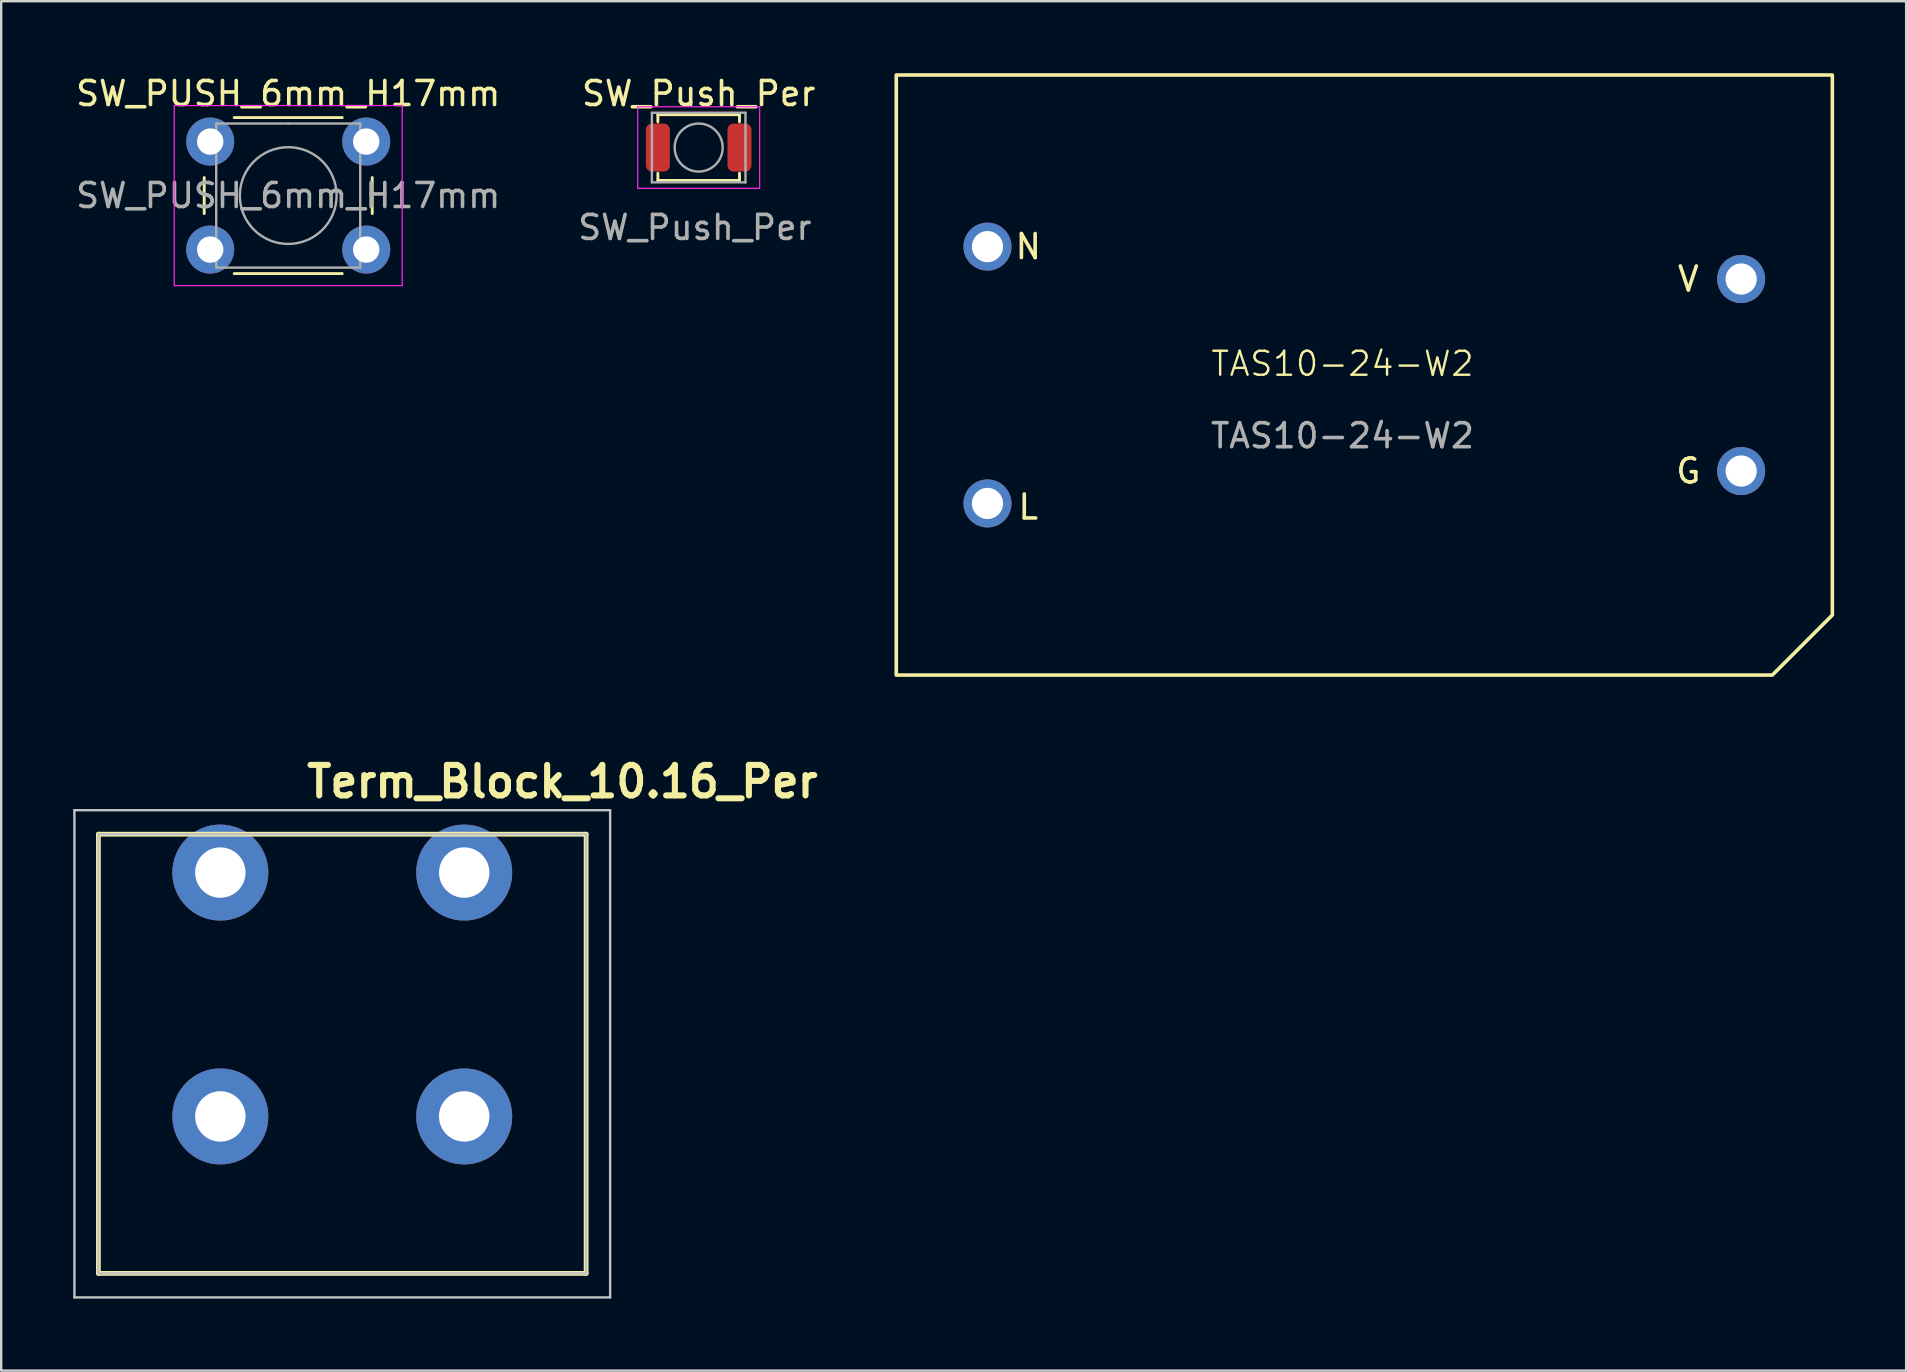
<source format=kicad_pcb>
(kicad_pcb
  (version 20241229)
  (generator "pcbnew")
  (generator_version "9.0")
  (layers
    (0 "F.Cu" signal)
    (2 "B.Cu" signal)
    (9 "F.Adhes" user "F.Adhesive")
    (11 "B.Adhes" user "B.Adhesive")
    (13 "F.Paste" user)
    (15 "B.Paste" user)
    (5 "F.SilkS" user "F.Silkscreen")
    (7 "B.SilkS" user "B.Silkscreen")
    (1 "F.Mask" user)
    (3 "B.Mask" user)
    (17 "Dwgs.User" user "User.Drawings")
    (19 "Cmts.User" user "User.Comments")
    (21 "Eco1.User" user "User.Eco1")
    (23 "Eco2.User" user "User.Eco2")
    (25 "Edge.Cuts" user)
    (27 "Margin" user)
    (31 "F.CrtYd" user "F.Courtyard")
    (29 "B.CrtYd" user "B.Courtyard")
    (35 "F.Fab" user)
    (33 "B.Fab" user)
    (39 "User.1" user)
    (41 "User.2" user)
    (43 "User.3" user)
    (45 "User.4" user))
  (footprint "Term_Block_10.16_Per"
    (layer "F.Cu")
    (at 6.13 43.464)
    (property "Reference" "Term_Block_10.16_Per" (at 14.25 -13.95 0) (unlocked yes) (layer "F.SilkS") (effects (font (size 1.27 1.27) (thickness 0.254))))
    (attr through_hole exclude_from_pos_files)
    (fp_line (start -5.08 -11.76) (end -5.08 6.54) (stroke (width 0.2) (type solid)) (layer "F.SilkS"))
    (fp_line (start -5.08 6.54) (end 15.24 6.54) (stroke (width 0.2) (type solid)) (layer "F.SilkS"))
    (fp_line (start 15.24 -11.76) (end -5.08 -11.76) (stroke (width 0.2) (type solid)) (layer "F.SilkS"))
    (fp_line (start 15.24 6.54) (end 15.24 -11.76) (stroke (width 0.2) (type solid)) (layer "F.SilkS"))
    (fp_line (start -6.08 -12.76) (end 16.24 -12.76) (stroke (width 0.1) (type solid)) (layer "Dwgs.User"))
    (fp_line (start -6.08 7.54) (end -6.08 -12.76) (stroke (width 0.1) (type solid)) (layer "Dwgs.User"))
    (fp_line (start -5.08 -11.76) (end -5.08 6.54) (stroke (width 0.1) (type solid)) (layer "Dwgs.User"))
    (fp_line (start -5.08 6.54) (end 15.24 6.54) (stroke (width 0.1) (type solid)) (layer "Dwgs.User"))
    (fp_line (start 15.24 -11.76) (end -5.08 -11.76) (stroke (width 0.1) (type solid)) (layer "Dwgs.User"))
    (fp_line (start 15.24 6.54) (end 15.24 -11.76) (stroke (width 0.1) (type solid)) (layer "Dwgs.User"))
    (fp_line (start 16.24 -12.76) (end 16.24 7.54) (stroke (width 0.1) (type solid)) (layer "Dwgs.User"))
    (fp_line (start 16.24 7.54) (end -6.08 7.54) (stroke (width 0.1) (type solid)) (layer "Dwgs.User"))
    (pad "1" thru_hole circle (at 0 -10.16 90) (size 4 4) (drill 2.1) (layers "*.Cu" "*.Mask"))
    (pad "1" thru_hole circle (at 0 0 90) (size 4 4) (drill 2.1) (layers "*.Cu" "*.Mask"))
    (pad "2" thru_hole circle (at 10.16 -10.16 90) (size 4 4) (drill 2.1) (layers "*.Cu" "*.Mask"))
    (pad "2" thru_hole circle (at 10.16 0 90) (size 4 4) (drill 2.1) (layers "*.Cu" "*.Mask")))
  (footprint "TAS10-24-W2"
    (layer "F.Cu")
    (at 34.291 25.075)
    (property "Reference" "TAS10-24-W2" (at 18.59 -12.97 0) (unlocked yes) (layer "F.SilkS") (effects (font (size 1 1) (thickness 0.1))))
    (attr through_hole)
    (fp_poly (pts (xy 0 0) (xy 0 -25) (xy 39 -25) (xy 39 -2.5) (xy 36.5 0)) (stroke (width 0.15) (type solid)) (fill no) (layer "F.SilkS"))
    (fp_circle (center 3.8 -17.85) (end 4.8 -17.85) (stroke (width 0.15) (type default)) (fill no) (layer "User.4"))
    (fp_circle (center 3.8 -7.15) (end 4.8 -7.15) (stroke (width 0.15) (type default)) (fill no) (layer "User.4"))
    (fp_circle (center 35.2 -16.5) (end 36.2 -16.5) (stroke (width 0.15) (type default)) (fill no) (layer "User.4"))
    (fp_circle (center 35.2 -8.5) (end 36.2 -8.5) (stroke (width 0.15) (type default)) (fill no) (layer "User.4"))
    (fp_text user "V" (at 33 -16.5 0) (unlocked yes) (layer "F.SilkS") (effects (font (size 1 1) (thickness 0.15))))
    (fp_text user "G" (at 33 -8.5 0) (unlocked yes) (layer "F.SilkS") (effects (font (size 1 1) (thickness 0.15))))
    (fp_text user "L" (at 5.5 -7 0) (unlocked yes) (layer "F.SilkS") (effects (font (size 1 1) (thickness 0.15))))
    (fp_text user "N" (at 5.5 -17.85 0) (unlocked yes) (layer "F.SilkS") (effects (font (size 1 1) (thickness 0.15))))
    (fp_text user "${REFERENCE}" (at 18.59 -9.97 0) (unlocked yes) (layer "F.Fab") (effects (font (size 1 1) (thickness 0.15))))
    (pad "1" thru_hole circle (at 3.8 -17.85) (size 2 2) (drill 1.3) (layers "*.Cu" "*.Mask"))
    (pad "2" thru_hole circle (at 3.8 -7.15) (size 2 2) (drill 1.3) (layers "*.Cu" "*.Mask"))
    (pad "4" thru_hole circle (at 35.2 -8.5) (size 2 2) (drill 1.3) (layers "*.Cu" "*.Mask"))
    (pad "6" thru_hole circle (at 35.2 -16.5) (size 2 2) (drill 1.3) (layers "*.Cu" "*.Mask")))
  (footprint "SW_Push_Per"
    (layer "F.Cu")
    (at 26.059 3.098)
    (property "Reference" "SW_Push_Per" (at 0 -2.25 0) (layer "F.SilkS") (effects (font (size 1 1) (thickness 0.15))))
    (attr smd)
    (fp_line (start -1.7 -1.37) (end 1.7 -1.37) (stroke (width 0.12) (type solid)) (layer "F.SilkS"))
    (fp_line (start -1.7 -1.07) (end -1.7 -1.37) (stroke (width 0.12) (type solid)) (layer "F.SilkS"))
    (fp_line (start -1.7 1.37) (end -1.7 1.07) (stroke (width 0.12) (type solid)) (layer "F.SilkS"))
    (fp_line (start 1.7 -1.37) (end 1.7 -1.07) (stroke (width 0.12) (type solid)) (layer "F.SilkS"))
    (fp_line (start 1.7 1.07) (end 1.7 1.37) (stroke (width 0.12) (type solid)) (layer "F.SilkS"))
    (fp_line (start 1.7 1.37) (end -1.7 1.37) (stroke (width 0.12) (type solid)) (layer "F.SilkS"))
    (fp_line (start -2.54 -1.7) (end 2.54 -1.7) (stroke (width 0.05) (type solid)) (layer "F.CrtYd"))
    (fp_line (start -2.54 1.7) (end -2.54 -1.7) (stroke (width 0.05) (type solid)) (layer "F.CrtYd"))
    (fp_line (start 2.54 -1.7) (end 2.54 1.7) (stroke (width 0.05) (type solid)) (layer "F.CrtYd"))
    (fp_line (start 2.54 1.7) (end -2.54 1.7) (stroke (width 0.05) (type solid)) (layer "F.CrtYd"))
    (fp_line (start -1.95 -1.45) (end 1.95 -1.45) (stroke (width 0.1) (type solid)) (layer "F.Fab"))
    (fp_line (start -1.95 1.45) (end -1.95 -1.45) (stroke (width 0.1) (type solid)) (layer "F.Fab"))
    (fp_line (start 1.95 -1.45) (end 1.95 1.45) (stroke (width 0.1) (type solid)) (layer "F.Fab"))
    (fp_line (start 1.95 1.45) (end -1.95 1.45) (stroke (width 0.1) (type solid)) (layer "F.Fab"))
    (fp_circle (center 0 0) (end 1 0) (stroke (width 0.1) (type solid)) (fill no) (layer "F.Fab"))
    (fp_text user "${REFERENCE}" (at -0.16 3.33 0) (layer "F.Fab") (effects (font (size 1 1) (thickness 0.15))))
    (pad "1" smd roundrect (at -1.7 0) (size 1 2) (layers "F.Cu" "F.Mask" "F.Paste") (roundrect_rratio 0.25))
    (pad "2" smd roundrect (at 1.7 0) (size 1 2) (layers "F.Cu" "F.Mask" "F.Paste") (roundrect_rratio 0.25)))
  (footprint "SW_PUSH_6mm_H17mm"
    (layer "F.Cu")
    (at 8.958 5.098)
    (property "Reference" "SW_PUSH_6mm_H17mm" (at 0 -4.25 0) (layer "F.SilkS") (effects (font (size 1 1) (thickness 0.15))))
    (attr through_hole)
    (fp_line (start -3.5 -0.75) (end -3.5 0.75) (stroke (width 0.12) (type solid)) (layer "F.SilkS"))
    (fp_line (start -2.25 3.25) (end 2.25 3.25) (stroke (width 0.12) (type solid)) (layer "F.SilkS"))
    (fp_line (start 2.25 -3.25) (end -2.25 -3.25) (stroke (width 0.12) (type solid)) (layer "F.SilkS"))
    (fp_line (start 3.5 0.75) (end 3.5 -0.75) (stroke (width 0.12) (type solid)) (layer "F.SilkS"))
    (fp_line (start -4.75 -3.75) (end -4.5 -3.75) (stroke (width 0.05) (type solid)) (layer "F.CrtYd"))
    (fp_line (start -4.75 -3.5) (end -4.75 -3.75) (stroke (width 0.05) (type solid)) (layer "F.CrtYd"))
    (fp_line (start -4.75 3.5) (end -4.75 -3.5) (stroke (width 0.05) (type solid)) (layer "F.CrtYd"))
    (fp_line (start -4.75 3.5) (end -4.75 3.75) (stroke (width 0.05) (type solid)) (layer "F.CrtYd"))
    (fp_line (start -4.75 3.75) (end -4.5 3.75) (stroke (width 0.05) (type solid)) (layer "F.CrtYd"))
    (fp_line (start -4.5 -3.75) (end 4.5 -3.75) (stroke (width 0.05) (type solid)) (layer "F.CrtYd"))
    (fp_line (start 4.5 -3.75) (end 4.75 -3.75) (stroke (width 0.05) (type solid)) (layer "F.CrtYd"))
    (fp_line (start 4.5 3.75) (end -4.5 3.75) (stroke (width 0.05) (type solid)) (layer "F.CrtYd"))
    (fp_line (start 4.5 3.75) (end 4.75 3.75) (stroke (width 0.05) (type solid)) (layer "F.CrtYd"))
    (fp_line (start 4.75 -3.75) (end 4.75 -3.5) (stroke (width 0.05) (type solid)) (layer "F.CrtYd"))
    (fp_line (start 4.75 -3.5) (end 4.75 3.5) (stroke (width 0.05) (type solid)) (layer "F.CrtYd"))
    (fp_line (start 4.75 3.75) (end 4.75 3.5) (stroke (width 0.05) (type solid)) (layer "F.CrtYd"))
    (fp_line (start -3 -3) (end 0 -3) (stroke (width 0.1) (type solid)) (layer "F.Fab"))
    (fp_line (start -3 3) (end -3 -3) (stroke (width 0.1) (type solid)) (layer "F.Fab"))
    (fp_line (start 0 -3) (end 3 -3) (stroke (width 0.1) (type solid)) (layer "F.Fab"))
    (fp_line (start 3 -3) (end 3 3) (stroke (width 0.1) (type solid)) (layer "F.Fab"))
    (fp_line (start 3 3) (end -3 3) (stroke (width 0.1) (type solid)) (layer "F.Fab"))
    (fp_circle (center 0 0) (end -2 0.25) (stroke (width 0.1) (type solid)) (fill no) (layer "F.Fab"))
    (fp_text user "${REFERENCE}" (at 0 0 0) (layer "F.Fab") (effects (font (size 1 1) (thickness 0.15))))
    (pad "1" thru_hole circle (at -3.25 -2.25 90) (size 2 2) (drill 1.1) (layers "*.Cu" "*.Mask"))
    (pad "1" thru_hole circle (at 3.25 -2.25 90) (size 2 2) (drill 1.1) (layers "*.Cu" "*.Mask"))
    (pad "2" thru_hole circle (at -3.25 2.25 90) (size 2 2) (drill 1.1) (layers "*.Cu" "*.Mask"))
    (pad "2" thru_hole circle (at 3.25 2.25 90) (size 2 2) (drill 1.1) (layers "*.Cu" "*.Mask")))
  (gr_rect
    (start -3 -3)
    (end 76.366 54.054)
    (stroke (width 0.1) (type default))
    (fill no)
    (layer "Edge.Cuts")))
</source>
